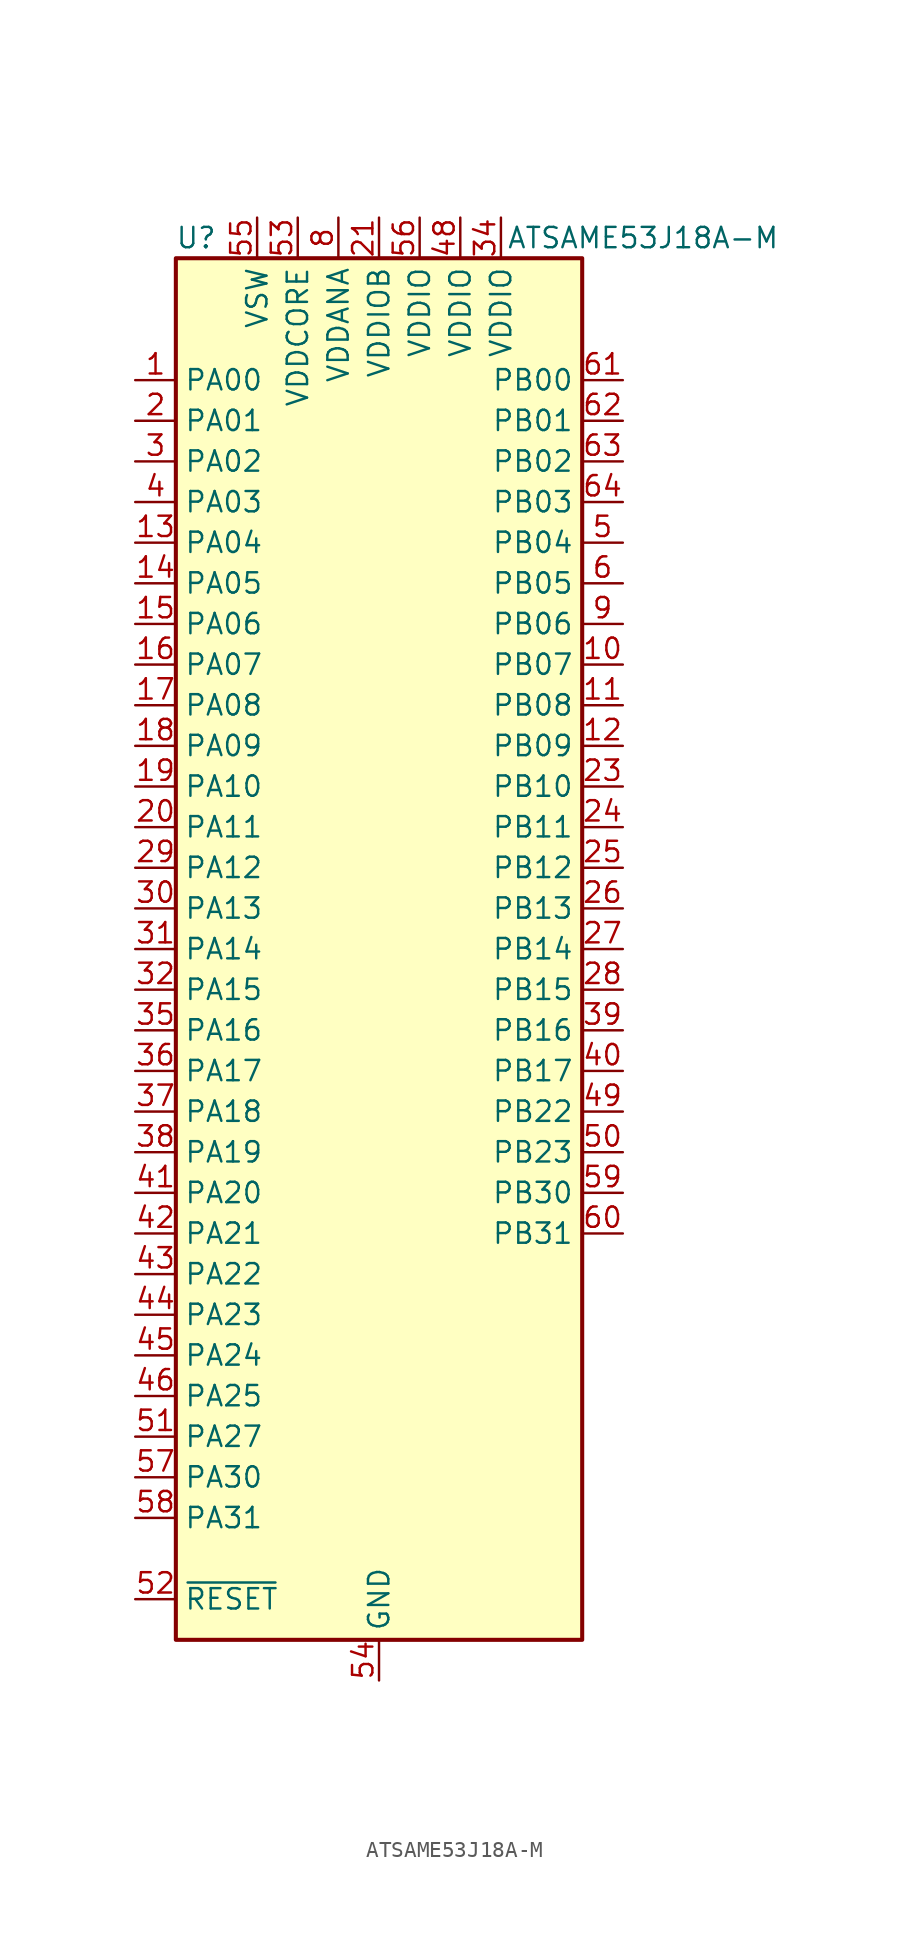
<source format=kicad_sym>
(kicad_symbol_lib
  (version 20211014)
  (generator kicad_symbol_editor)
  (symbol "ATSAME53J18A-M"
    (property "Reference" "U"
      (at -11.43 44.45 0)
      (effects (font (size 1.27 1.27))))
    (property "Value" "ATSAME53J18A-M"
      (at 16.51 44.45 0)
      (effects (font (size 1.27 1.27))))
    (symbol "ATSAME53J18A-M_0_1"
      (rectangle (start -12.7 43.18) (end 12.7 -43.18) (stroke (width 0.254) (type default) (color 0 0 0 0)) (fill (type background))))
    (symbol "ATSAME53J18A-M_1_1"
      (pin bidirectional line (at -15.24 35.56 0) (length 2.54) (name "PA00" (effects (font (size 1.27 1.27)))) (number "1" (effects (font (size 1.27 1.27)))))
      (pin bidirectional line (at 15.24 17.78 180) (length 2.54) (name "PB07" (effects (font (size 1.27 1.27)))) (number "10" (effects (font (size 1.27 1.27)))))
      (pin bidirectional line (at 15.24 15.24 180) (length 2.54) (name "PB08" (effects (font (size 1.27 1.27)))) (number "11" (effects (font (size 1.27 1.27)))))
      (pin bidirectional line (at 15.24 12.7 180) (length 2.54) (name "PB09" (effects (font (size 1.27 1.27)))) (number "12" (effects (font (size 1.27 1.27)))))
      (pin bidirectional line (at -15.24 25.4 0) (length 2.54) (name "PA04" (effects (font (size 1.27 1.27)))) (number "13" (effects (font (size 1.27 1.27)))))
      (pin bidirectional line (at -15.24 22.86 0) (length 2.54) (name "PA05" (effects (font (size 1.27 1.27)))) (number "14" (effects (font (size 1.27 1.27)))))
      (pin bidirectional line (at -15.24 20.32 0) (length 2.54) (name "PA06" (effects (font (size 1.27 1.27)))) (number "15" (effects (font (size 1.27 1.27)))))
      (pin bidirectional line (at -15.24 17.78 0) (length 2.54) (name "PA07" (effects (font (size 1.27 1.27)))) (number "16" (effects (font (size 1.27 1.27)))))
      (pin bidirectional line (at -15.24 15.24 0) (length 2.54) (name "PA08" (effects (font (size 1.27 1.27)))) (number "17" (effects (font (size 1.27 1.27)))))
      (pin bidirectional line (at -15.24 12.7 0) (length 2.54) (name "PA09" (effects (font (size 1.27 1.27)))) (number "18" (effects (font (size 1.27 1.27)))))
      (pin bidirectional line (at -15.24 10.16 0) (length 2.54) (name "PA10" (effects (font (size 1.27 1.27)))) (number "19" (effects (font (size 1.27 1.27)))))
      (pin bidirectional line (at -15.24 33.02 0) (length 2.54) (name "PA01" (effects (font (size 1.27 1.27)))) (number "2" (effects (font (size 1.27 1.27)))))
      (pin bidirectional line (at -15.24 7.62 0) (length 2.54) (name "PA11" (effects (font (size 1.27 1.27)))) (number "20" (effects (font (size 1.27 1.27)))))
      (pin power_in line (at 0 45.72 270) (length 2.54) (name "VDDIOB" (effects (font (size 1.27 1.27)))) (number "21" (effects (font (size 1.27 1.27)))))
      (pin passive line (at 0 -45.72 90) (length 2.54) hide (name "GND" (effects (font (size 1.27 1.27)))) (number "22" (effects (font (size 1.27 1.27)))))
      (pin bidirectional line (at 15.24 10.16 180) (length 2.54) (name "PB10" (effects (font (size 1.27 1.27)))) (number "23" (effects (font (size 1.27 1.27)))))
      (pin bidirectional line (at 15.24 7.62 180) (length 2.54) (name "PB11" (effects (font (size 1.27 1.27)))) (number "24" (effects (font (size 1.27 1.27)))))
      (pin bidirectional line (at 15.24 5.08 180) (length 2.54) (name "PB12" (effects (font (size 1.27 1.27)))) (number "25" (effects (font (size 1.27 1.27)))))
      (pin bidirectional line (at 15.24 2.54 180) (length 2.54) (name "PB13" (effects (font (size 1.27 1.27)))) (number "26" (effects (font (size 1.27 1.27)))))
      (pin bidirectional line (at 15.24 0 180) (length 2.54) (name "PB14" (effects (font (size 1.27 1.27)))) (number "27" (effects (font (size 1.27 1.27)))))
      (pin bidirectional line (at 15.24 -2.54 180) (length 2.54) (name "PB15" (effects (font (size 1.27 1.27)))) (number "28" (effects (font (size 1.27 1.27)))))
      (pin bidirectional line (at -15.24 5.08 0) (length 2.54) (name "PA12" (effects (font (size 1.27 1.27)))) (number "29" (effects (font (size 1.27 1.27)))))
      (pin bidirectional line (at -15.24 30.48 0) (length 2.54) (name "PA02" (effects (font (size 1.27 1.27)))) (number "3" (effects (font (size 1.27 1.27)))))
      (pin bidirectional line (at -15.24 2.54 0) (length 2.54) (name "PA13" (effects (font (size 1.27 1.27)))) (number "30" (effects (font (size 1.27 1.27)))))
      (pin bidirectional line (at -15.24 0 0) (length 2.54) (name "PA14" (effects (font (size 1.27 1.27)))) (number "31" (effects (font (size 1.27 1.27)))))
      (pin bidirectional line (at -15.24 -2.54 0) (length 2.54) (name "PA15" (effects (font (size 1.27 1.27)))) (number "32" (effects (font (size 1.27 1.27)))))
      (pin passive line (at 0 -45.72 90) (length 2.54) hide (name "GND" (effects (font (size 1.27 1.27)))) (number "33" (effects (font (size 1.27 1.27)))))
      (pin power_in line (at 7.62 45.72 270) (length 2.54) (name "VDDIO" (effects (font (size 1.27 1.27)))) (number "34" (effects (font (size 1.27 1.27)))))
      (pin bidirectional line (at -15.24 -5.08 0) (length 2.54) (name "PA16" (effects (font (size 1.27 1.27)))) (number "35" (effects (font (size 1.27 1.27)))))
      (pin bidirectional line (at -15.24 -7.62 0) (length 2.54) (name "PA17" (effects (font (size 1.27 1.27)))) (number "36" (effects (font (size 1.27 1.27)))))
      (pin bidirectional line (at -15.24 -10.16 0) (length 2.54) (name "PA18" (effects (font (size 1.27 1.27)))) (number "37" (effects (font (size 1.27 1.27)))))
      (pin bidirectional line (at -15.24 -12.7 0) (length 2.54) (name "PA19" (effects (font (size 1.27 1.27)))) (number "38" (effects (font (size 1.27 1.27)))))
      (pin bidirectional line (at 15.24 -5.08 180) (length 2.54) (name "PB16" (effects (font (size 1.27 1.27)))) (number "39" (effects (font (size 1.27 1.27)))))
      (pin bidirectional line (at -15.24 27.94 0) (length 2.54) (name "PA03" (effects (font (size 1.27 1.27)))) (number "4" (effects (font (size 1.27 1.27)))))
      (pin bidirectional line (at 15.24 -7.62 180) (length 2.54) (name "PB17" (effects (font (size 1.27 1.27)))) (number "40" (effects (font (size 1.27 1.27)))))
      (pin bidirectional line (at -15.24 -15.24 0) (length 2.54) (name "PA20" (effects (font (size 1.27 1.27)))) (number "41" (effects (font (size 1.27 1.27)))))
      (pin bidirectional line (at -15.24 -17.78 0) (length 2.54) (name "PA21" (effects (font (size 1.27 1.27)))) (number "42" (effects (font (size 1.27 1.27)))))
      (pin bidirectional line (at -15.24 -20.32 0) (length 2.54) (name "PA22" (effects (font (size 1.27 1.27)))) (number "43" (effects (font (size 1.27 1.27)))))
      (pin bidirectional line (at -15.24 -22.86 0) (length 2.54) (name "PA23" (effects (font (size 1.27 1.27)))) (number "44" (effects (font (size 1.27 1.27)))))
      (pin bidirectional line (at -15.24 -25.4 0) (length 2.54) (name "PA24" (effects (font (size 1.27 1.27)))) (number "45" (effects (font (size 1.27 1.27)))))
      (pin bidirectional line (at -15.24 -27.94 0) (length 2.54) (name "PA25" (effects (font (size 1.27 1.27)))) (number "46" (effects (font (size 1.27 1.27)))))
      (pin passive line (at 0 -45.72 90) (length 2.54) hide (name "GND" (effects (font (size 1.27 1.27)))) (number "47" (effects (font (size 1.27 1.27)))))
      (pin power_in line (at 5.08 45.72 270) (length 2.54) (name "VDDIO" (effects (font (size 1.27 1.27)))) (number "48" (effects (font (size 1.27 1.27)))))
      (pin bidirectional line (at 15.24 -10.16 180) (length 2.54) (name "PB22" (effects (font (size 1.27 1.27)))) (number "49" (effects (font (size 1.27 1.27)))))
      (pin bidirectional line (at 15.24 25.4 180) (length 2.54) (name "PB04" (effects (font (size 1.27 1.27)))) (number "5" (effects (font (size 1.27 1.27)))))
      (pin bidirectional line (at 15.24 -12.7 180) (length 2.54) (name "PB23" (effects (font (size 1.27 1.27)))) (number "50" (effects (font (size 1.27 1.27)))))
      (pin bidirectional line (at -15.24 -30.48 0) (length 2.54) (name "PA27" (effects (font (size 1.27 1.27)))) (number "51" (effects (font (size 1.27 1.27)))))
      (pin input line (at -15.24 -40.64 0) (length 2.54) (name "~{RESET}" (effects (font (size 1.27 1.27)))) (number "52" (effects (font (size 1.27 1.27)))))
      (pin power_out line (at -5.08 45.72 270) (length 2.54) (name "VDDCORE" (effects (font (size 1.27 1.27)))) (number "53" (effects (font (size 1.27 1.27)))))
      (pin power_in line (at 0 -45.72 90) (length 2.54) (name "GND" (effects (font (size 1.27 1.27)))) (number "54" (effects (font (size 1.27 1.27)))))
      (pin power_in line (at -7.62 45.72 270) (length 2.54) (name "VSW" (effects (font (size 1.27 1.27)))) (number "55" (effects (font (size 1.27 1.27)))))
      (pin power_in line (at 2.54 45.72 270) (length 2.54) (name "VDDIO" (effects (font (size 1.27 1.27)))) (number "56" (effects (font (size 1.27 1.27)))))
      (pin bidirectional line (at -15.24 -33.02 0) (length 2.54) (name "PA30" (effects (font (size 1.27 1.27)))) (number "57" (effects (font (size 1.27 1.27)))))
      (pin bidirectional line (at -15.24 -35.56 0) (length 2.54) (name "PA31" (effects (font (size 1.27 1.27)))) (number "58" (effects (font (size 1.27 1.27)))))
      (pin bidirectional line (at 15.24 -15.24 180) (length 2.54) (name "PB30" (effects (font (size 1.27 1.27)))) (number "59" (effects (font (size 1.27 1.27)))))
      (pin bidirectional line (at 15.24 22.86 180) (length 2.54) (name "PB05" (effects (font (size 1.27 1.27)))) (number "6" (effects (font (size 1.27 1.27)))))
      (pin bidirectional line (at 15.24 -17.78 180) (length 2.54) (name "PB31" (effects (font (size 1.27 1.27)))) (number "60" (effects (font (size 1.27 1.27)))))
      (pin bidirectional line (at 15.24 35.56 180) (length 2.54) (name "PB00" (effects (font (size 1.27 1.27)))) (number "61" (effects (font (size 1.27 1.27)))))
      (pin bidirectional line (at 15.24 33.02 180) (length 2.54) (name "PB01" (effects (font (size 1.27 1.27)))) (number "62" (effects (font (size 1.27 1.27)))))
      (pin bidirectional line (at 15.24 30.48 180) (length 2.54) (name "PB02" (effects (font (size 1.27 1.27)))) (number "63" (effects (font (size 1.27 1.27)))))
      (pin bidirectional line (at 15.24 27.94 180) (length 2.54) (name "PB03" (effects (font (size 1.27 1.27)))) (number "64" (effects (font (size 1.27 1.27)))))
      (pin passive line (at 0 -45.72 90) (length 2.54) hide (name "GND" (effects (font (size 1.27 1.27)))) (number "65" (effects (font (size 1.27 1.27)))))
      (pin passive line (at 0 -45.72 90) (length 2.54) hide (name "GND" (effects (font (size 1.27 1.27)))) (number "7" (effects (font (size 1.27 1.27)))))
      (pin power_in line (at -2.54 45.72 270) (length 2.54) (name "VDDANA" (effects (font (size 1.27 1.27)))) (number "8" (effects (font (size 1.27 1.27)))))
      (pin bidirectional line (at 15.24 20.32 180) (length 2.54) (name "PB06" (effects (font (size 1.27 1.27)))) (number "9" (effects (font (size 1.27 1.27))))))))
</source>
